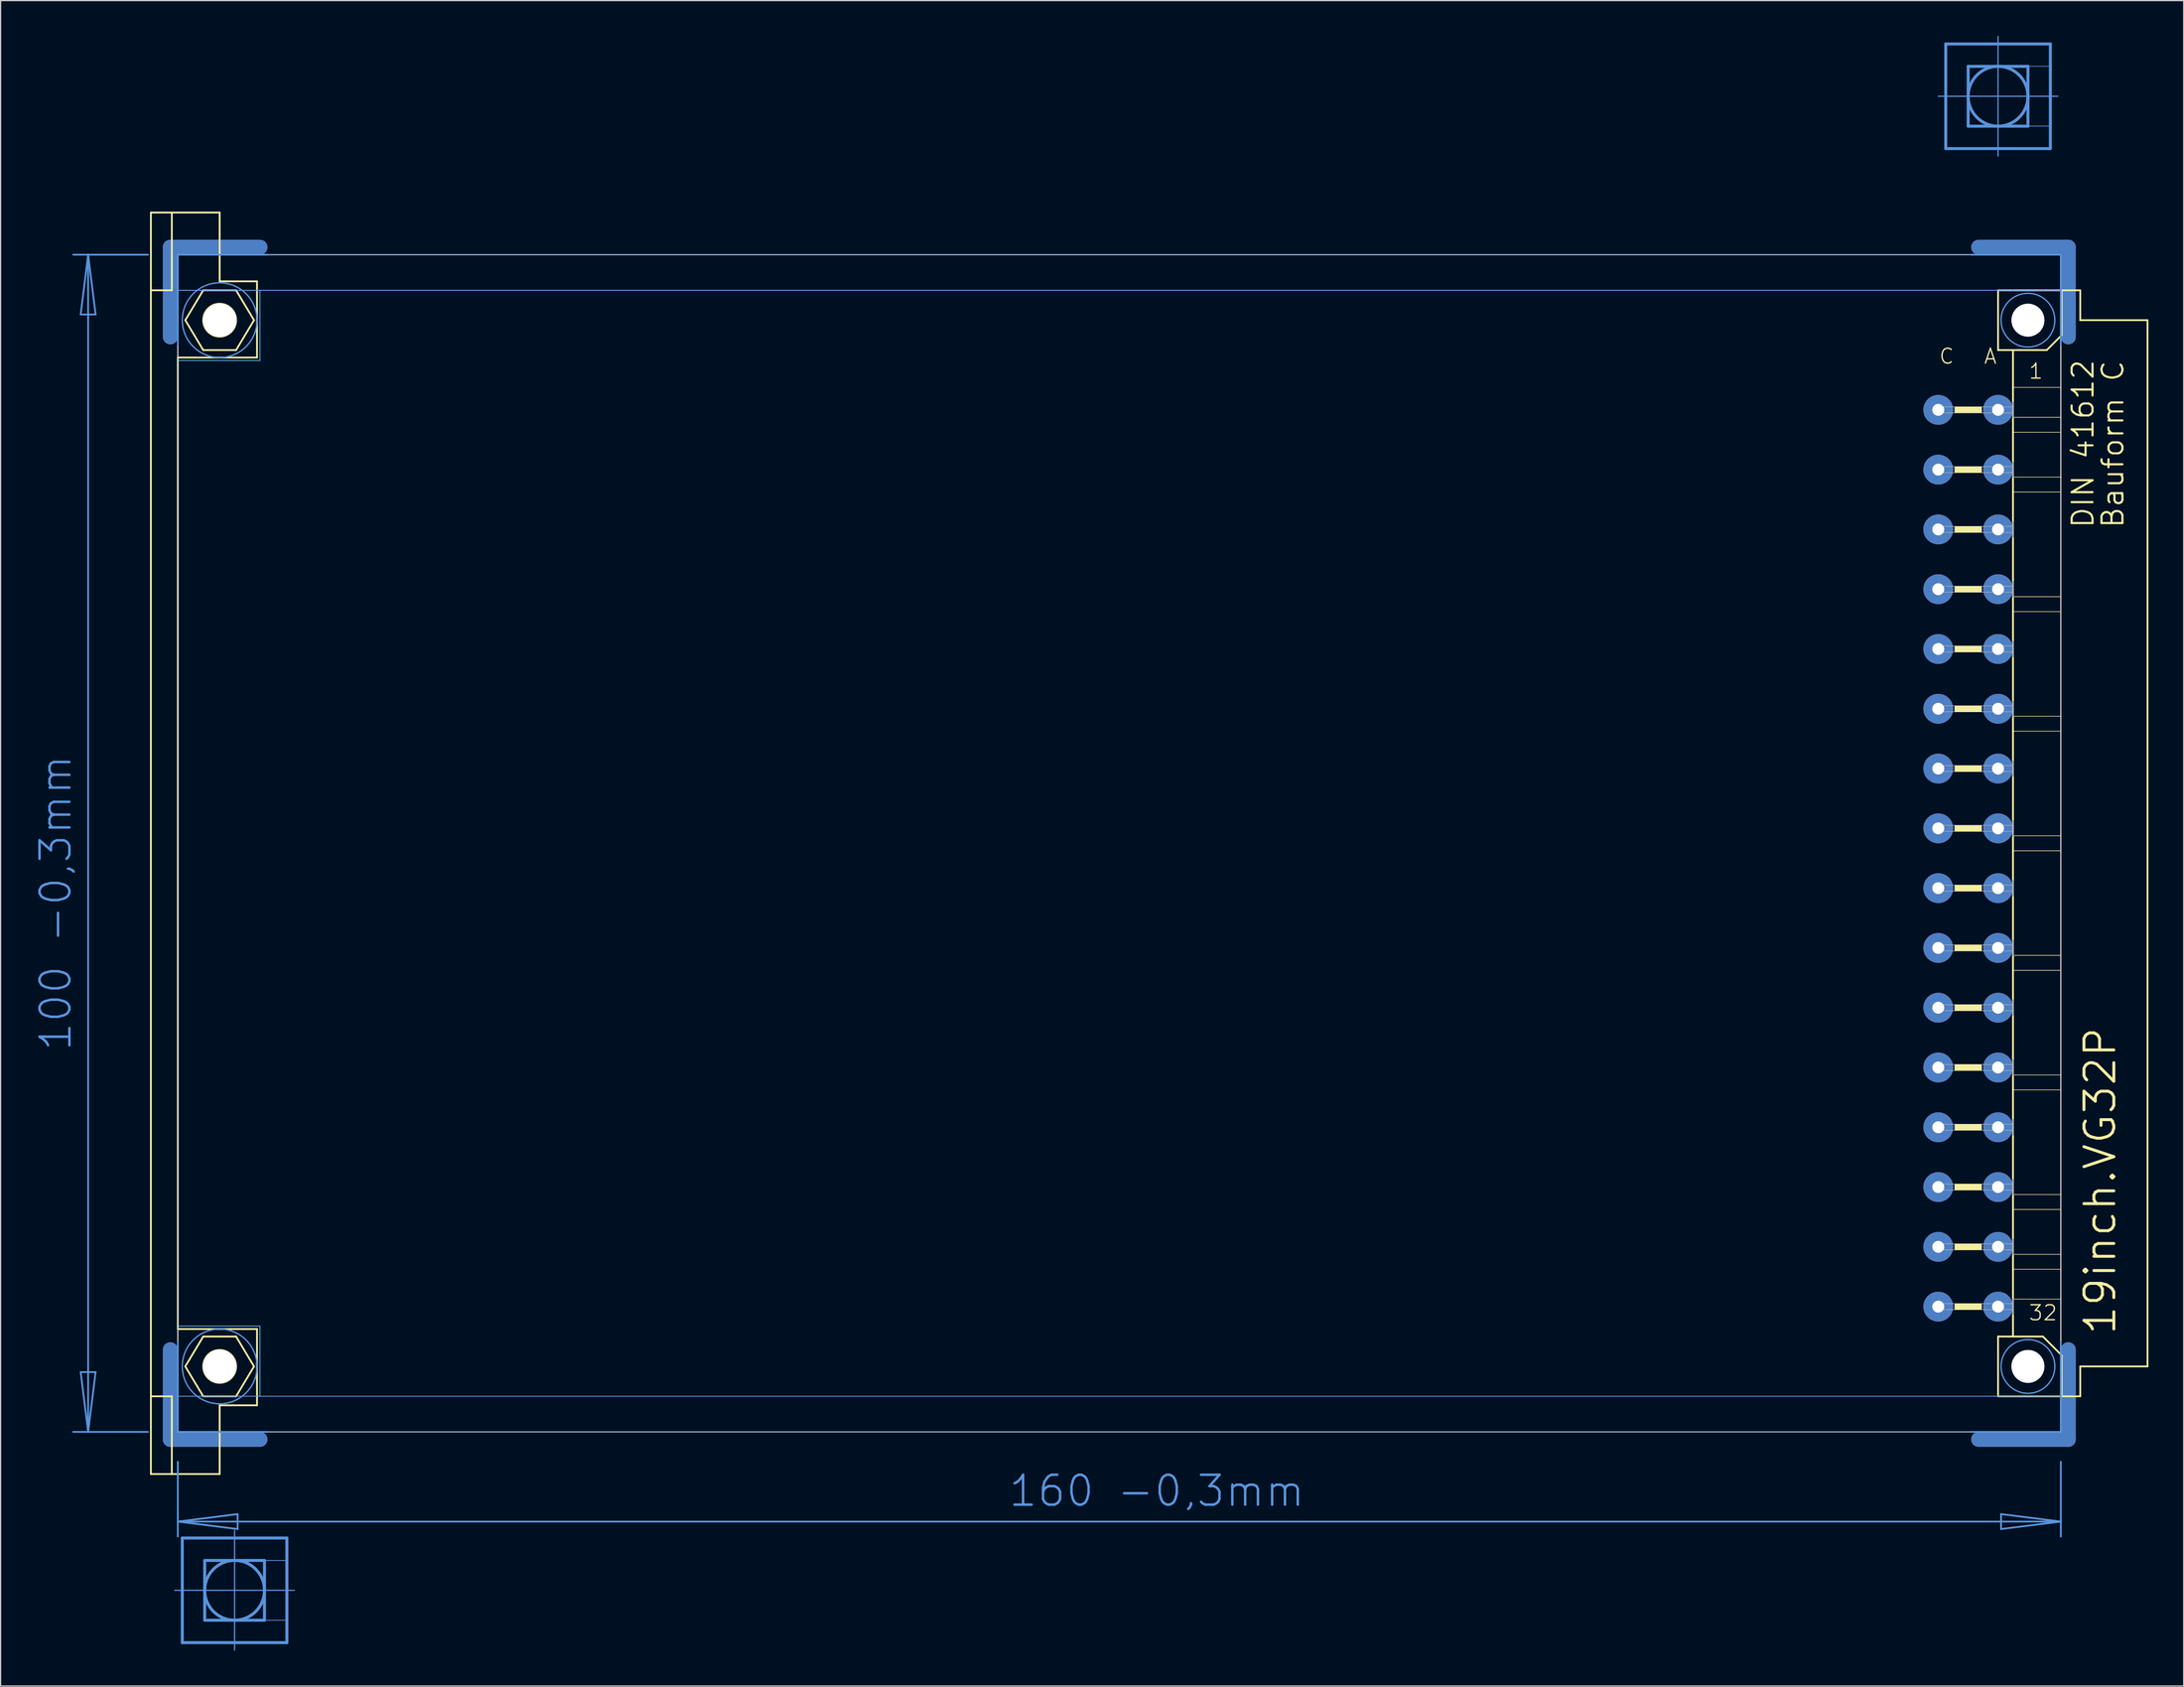
<source format=kicad_pcb>
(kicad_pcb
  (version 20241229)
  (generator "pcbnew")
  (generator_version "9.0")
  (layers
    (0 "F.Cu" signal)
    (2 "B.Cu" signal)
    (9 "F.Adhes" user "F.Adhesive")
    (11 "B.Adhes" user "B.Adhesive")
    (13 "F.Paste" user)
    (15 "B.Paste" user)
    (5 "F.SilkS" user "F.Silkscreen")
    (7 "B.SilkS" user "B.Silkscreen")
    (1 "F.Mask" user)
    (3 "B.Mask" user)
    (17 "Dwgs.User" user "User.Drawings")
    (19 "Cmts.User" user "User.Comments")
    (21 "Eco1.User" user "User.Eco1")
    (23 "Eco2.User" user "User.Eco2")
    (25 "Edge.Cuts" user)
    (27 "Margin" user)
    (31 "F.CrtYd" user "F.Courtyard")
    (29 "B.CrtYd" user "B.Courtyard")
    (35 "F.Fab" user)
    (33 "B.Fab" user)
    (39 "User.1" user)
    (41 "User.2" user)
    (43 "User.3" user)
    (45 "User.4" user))
  (footprint "19inch.VG32P"
    (layer "F.Cu")
    (at 11.806 68.605)
    (property "Reference" "19inch.VG32P" (at 165.1 41.91 90) (layer "F.SilkS") (effects (font (size 2.54 2.54) (thickness 0.25)) (justify left bottom)))
    (attr through_hole)
    (fp_line (start -0.381 -43.028) (end -0.381 -50.648) (stroke (width 1.27) (type default)) (layer "F.Cu"))
    (fp_line (start -0.381 43.028) (end -0.381 50.648) (stroke (width 1.27) (type default)) (layer "F.Cu"))
    (fp_line (start 7.239 -50.648) (end -0.381 -50.648) (stroke (width 1.27) (type default)) (layer "F.Cu"))
    (fp_line (start 7.239 50.648) (end -0.381 50.648) (stroke (width 1.27) (type default)) (layer "F.Cu"))
    (fp_line (start 153.289 -50.648) (end 160.909 -50.648) (stroke (width 1.27) (type default)) (layer "F.Cu"))
    (fp_line (start 153.289 50.648) (end 160.909 50.648) (stroke (width 1.27) (type default)) (layer "F.Cu"))
    (fp_line (start 160.909 -43.028) (end 160.909 -50.648) (stroke (width 1.27) (type default)) (layer "F.Cu"))
    (fp_line (start 160.909 43.028) (end 160.909 50.648) (stroke (width 1.27) (type default)) (layer "F.Cu"))
    (fp_line (start 0.254 -42.393) (end 0.254 -50.013) (stroke (width 0.152) (type default)) (layer "F.Mask"))
    (fp_line (start 0.254 42.393) (end 0.254 50.013) (stroke (width 0.152) (type default)) (layer "F.Mask"))
    (fp_line (start 7.874 -50.013) (end 0.254 -50.013) (stroke (width 0.152) (type default)) (layer "F.Mask"))
    (fp_line (start 7.874 50.013) (end 0.254 50.013) (stroke (width 0.152) (type default)) (layer "F.Mask"))
    (fp_line (start 152.654 -50.013) (end 160.274 -50.013) (stroke (width 0.152) (type default)) (layer "F.Mask"))
    (fp_line (start 152.654 50.013) (end 160.274 50.013) (stroke (width 0.152) (type default)) (layer "F.Mask"))
    (fp_line (start 160.274 -42.393) (end 160.274 -50.013) (stroke (width 0.152) (type default)) (layer "F.Mask"))
    (fp_line (start 160.274 42.393) (end 160.274 50.013) (stroke (width 0.152) (type default)) (layer "F.Mask"))
    (fp_line (start -0.381 -43.028) (end -0.381 -50.648) (stroke (width 1.27) (type default)) (layer "B.Cu"))
    (fp_line (start -0.381 43.028) (end -0.381 50.648) (stroke (width 1.27) (type default)) (layer "B.Cu"))
    (fp_line (start 7.239 -50.648) (end -0.381 -50.648) (stroke (width 1.27) (type default)) (layer "B.Cu"))
    (fp_line (start 7.239 50.648) (end -0.381 50.648) (stroke (width 1.27) (type default)) (layer "B.Cu"))
    (fp_line (start 153.289 -50.648) (end 160.909 -50.648) (stroke (width 1.27) (type default)) (layer "B.Cu"))
    (fp_line (start 153.289 50.648) (end 160.909 50.648) (stroke (width 1.27) (type default)) (layer "B.Cu"))
    (fp_line (start 160.909 -43.028) (end 160.909 -50.648) (stroke (width 1.27) (type default)) (layer "B.Cu"))
    (fp_line (start 160.909 43.028) (end 160.909 50.648) (stroke (width 1.27) (type default)) (layer "B.Cu"))
    (fp_line (start 0.254 -50.013) (end 7.874 -50.013) (stroke (width 0.152) (type default)) (layer "B.Mask"))
    (fp_line (start 0.254 -42.393) (end 0.254 -50.013) (stroke (width 0.152) (type default)) (layer "B.Mask"))
    (fp_line (start 0.254 50.013) (end 0.254 42.393) (stroke (width 0.152) (type default)) (layer "B.Mask"))
    (fp_line (start 7.874 50.013) (end 0.254 50.013) (stroke (width 0.152) (type default)) (layer "B.Mask"))
    (fp_line (start 152.654 -50.013) (end 160.274 -50.013) (stroke (width 0.152) (type default)) (layer "B.Mask"))
    (fp_line (start 160.274 -50.013) (end 160.274 -42.393) (stroke (width 0.152) (type default)) (layer "B.Mask"))
    (fp_line (start 160.274 42.393) (end 160.274 50.013) (stroke (width 0.152) (type default)) (layer "B.Mask"))
    (fp_line (start 160.274 50.013) (end 152.654 50.013) (stroke (width 0.152) (type default)) (layer "B.Mask"))
    (fp_line (start -2.032 -53.594) (end -0.254 -53.594) (stroke (width 0.152) (type default)) (layer "F.SilkS"))
    (fp_line (start -2.032 -46.99) (end -2.032 -53.594) (stroke (width 0.152) (type default)) (layer "F.SilkS"))
    (fp_line (start -2.032 -46.99) (end -0.254 -46.99) (stroke (width 0.152) (type default)) (layer "F.SilkS"))
    (fp_line (start -2.032 46.99) (end -2.032 -46.99) (stroke (width 0.152) (type default)) (layer "F.SilkS"))
    (fp_line (start -2.032 46.99) (end -0.254 46.99) (stroke (width 0.152) (type default)) (layer "F.SilkS"))
    (fp_line (start -2.032 53.594) (end -2.032 46.99) (stroke (width 0.152) (type default)) (layer "F.SilkS"))
    (fp_line (start -2.032 53.594) (end -0.254 53.594) (stroke (width 0.152) (type default)) (layer "F.SilkS"))
    (fp_line (start -0.254 -53.594) (end -0.254 -46.99) (stroke (width 0.152) (type default)) (layer "F.SilkS"))
    (fp_line (start -0.254 -53.594) (end 3.81 -53.594) (stroke (width 0.152) (type default)) (layer "F.SilkS"))
    (fp_line (start -0.254 53.594) (end -0.254 46.99) (stroke (width 0.152) (type default)) (layer "F.SilkS"))
    (fp_line (start -0.254 53.594) (end 3.81 53.594) (stroke (width 0.152) (type default)) (layer "F.SilkS"))
    (fp_line (start 0.254 -41.275) (end 0.254 41.275) (stroke (width 0.152) (type default)) (layer "F.SilkS"))
    (fp_line (start 0.254 -41.275) (end 6.985 -41.275) (stroke (width 0.152) (type default)) (layer "F.SilkS"))
    (fp_line (start 0.254 41.275) (end 6.985 41.275) (stroke (width 0.152) (type default)) (layer "F.SilkS"))
    (fp_line (start 0.889 -44.45) (end 2.413 -46.99) (stroke (width 0.152) (type default)) (layer "F.SilkS"))
    (fp_line (start 0.889 44.45) (end 2.413 46.99) (stroke (width 0.152) (type default)) (layer "F.SilkS"))
    (fp_line (start 2.413 -46.99) (end 5.207 -46.99) (stroke (width 0.152) (type default)) (layer "F.SilkS"))
    (fp_line (start 2.413 -41.91) (end 0.889 -44.45) (stroke (width 0.152) (type default)) (layer "F.SilkS"))
    (fp_line (start 2.413 41.91) (end 0.889 44.45) (stroke (width 0.152) (type default)) (layer "F.SilkS"))
    (fp_line (start 2.413 46.99) (end 5.207 46.99) (stroke (width 0.152) (type default)) (layer "F.SilkS"))
    (fp_line (start 3.81 -53.594) (end 3.81 -47.752) (stroke (width 0.152) (type default)) (layer "F.SilkS"))
    (fp_line (start 3.81 -47.752) (end 6.985 -47.752) (stroke (width 0.152) (type default)) (layer "F.SilkS"))
    (fp_line (start 3.81 47.752) (end 6.985 47.752) (stroke (width 0.152) (type default)) (layer "F.SilkS"))
    (fp_line (start 3.81 53.594) (end 3.81 47.752) (stroke (width 0.152) (type default)) (layer "F.SilkS"))
    (fp_line (start 5.207 -46.99) (end 6.731 -44.45) (stroke (width 0.152) (type default)) (layer "F.SilkS"))
    (fp_line (start 5.207 -41.91) (end 2.413 -41.91) (stroke (width 0.152) (type default)) (layer "F.SilkS"))
    (fp_line (start 5.207 41.91) (end 2.413 41.91) (stroke (width 0.152) (type default)) (layer "F.SilkS"))
    (fp_line (start 5.207 46.99) (end 6.731 44.45) (stroke (width 0.152) (type default)) (layer "F.SilkS"))
    (fp_line (start 6.731 -44.45) (end 5.207 -41.91) (stroke (width 0.152) (type default)) (layer "F.SilkS"))
    (fp_line (start 6.731 44.45) (end 5.207 41.91) (stroke (width 0.152) (type default)) (layer "F.SilkS"))
    (fp_line (start 6.985 -47.752) (end 6.985 -41.275) (stroke (width 0.152) (type default)) (layer "F.SilkS"))
    (fp_line (start 6.985 47.752) (end 6.985 41.275) (stroke (width 0.152) (type default)) (layer "F.SilkS"))
    (fp_line (start 154.94 -46.99) (end 154.94 -41.91) (stroke (width 0.152) (type default)) (layer "F.SilkS"))
    (fp_line (start 154.94 -41.91) (end 156.21 -41.91) (stroke (width 0.152) (type default)) (layer "F.SilkS"))
    (fp_line (start 154.94 41.91) (end 154.94 46.99) (stroke (width 0.152) (type default)) (layer "F.SilkS"))
    (fp_line (start 154.94 41.91) (end 156.21 41.91) (stroke (width 0.152) (type default)) (layer "F.SilkS"))
    (fp_line (start 154.94 46.99) (end 160.35 46.99) (stroke (width 0.152) (type default)) (layer "F.SilkS"))
    (fp_line (start 156.21 -41.91) (end 156.21 -38.735) (stroke (width 0.152) (type default)) (layer "F.SilkS"))
    (fp_line (start 156.21 -41.91) (end 159.08 -41.91) (stroke (width 0.152) (type default)) (layer "F.SilkS"))
    (fp_line (start 156.21 -38.735) (end 156.21 -37.465) (stroke (width 0.152) (type default)) (layer "F.SilkS"))
    (fp_line (start 156.21 -36.195) (end 156.21 -34.925) (stroke (width 0.152) (type default)) (layer "F.SilkS"))
    (fp_line (start 156.21 -32.385) (end 156.21 -34.925) (stroke (width 0.152) (type default)) (layer "F.SilkS"))
    (fp_line (start 156.21 -31.115) (end 156.21 -29.845) (stroke (width 0.152) (type default)) (layer "F.SilkS"))
    (fp_line (start 156.21 -27.305) (end 156.21 -29.845) (stroke (width 0.152) (type default)) (layer "F.SilkS"))
    (fp_line (start 156.21 -22.225) (end 156.21 -26.035) (stroke (width 0.152) (type default)) (layer "F.SilkS"))
    (fp_line (start 156.21 -20.955) (end 156.21 -19.685) (stroke (width 0.152) (type default)) (layer "F.SilkS"))
    (fp_line (start 156.21 -17.145) (end 156.21 -19.685) (stroke (width 0.152) (type default)) (layer "F.SilkS"))
    (fp_line (start 156.21 -12.065) (end 156.21 -15.875) (stroke (width 0.152) (type default)) (layer "F.SilkS"))
    (fp_line (start 156.21 -10.795) (end 156.21 -9.525) (stroke (width 0.152) (type default)) (layer "F.SilkS"))
    (fp_line (start 156.21 -6.985) (end 156.21 -9.525) (stroke (width 0.152) (type default)) (layer "F.SilkS"))
    (fp_line (start 156.21 -1.905) (end 156.21 -5.715) (stroke (width 0.152) (type default)) (layer "F.SilkS"))
    (fp_line (start 156.21 -0.635) (end 156.21 0.635) (stroke (width 0.152) (type default)) (layer "F.SilkS"))
    (fp_line (start 156.21 3.175) (end 156.21 0.635) (stroke (width 0.152) (type default)) (layer "F.SilkS"))
    (fp_line (start 156.21 8.255) (end 156.21 4.445) (stroke (width 0.152) (type default)) (layer "F.SilkS"))
    (fp_line (start 156.21 9.525) (end 156.21 10.795) (stroke (width 0.152) (type default)) (layer "F.SilkS"))
    (fp_line (start 156.21 13.335) (end 156.21 10.795) (stroke (width 0.152) (type default)) (layer "F.SilkS"))
    (fp_line (start 156.21 18.415) (end 156.21 14.605) (stroke (width 0.152) (type default)) (layer "F.SilkS"))
    (fp_line (start 156.21 19.685) (end 156.21 20.955) (stroke (width 0.152) (type default)) (layer "F.SilkS"))
    (fp_line (start 156.21 23.495) (end 156.21 20.955) (stroke (width 0.152) (type default)) (layer "F.SilkS"))
    (fp_line (start 156.21 28.575) (end 156.21 24.765) (stroke (width 0.152) (type default)) (layer "F.SilkS"))
    (fp_line (start 156.21 29.845) (end 156.21 31.115) (stroke (width 0.152) (type default)) (layer "F.SilkS"))
    (fp_line (start 156.21 33.655) (end 156.21 31.115) (stroke (width 0.152) (type default)) (layer "F.SilkS"))
    (fp_line (start 156.21 34.925) (end 156.21 36.195) (stroke (width 0.152) (type default)) (layer "F.SilkS"))
    (fp_line (start 156.21 36.195) (end 156.21 38.735) (stroke (width 0.152) (type default)) (layer "F.SilkS"))
    (fp_line (start 156.21 40.005) (end 156.21 41.91) (stroke (width 0.152) (type default)) (layer "F.SilkS"))
    (fp_line (start 156.21 41.91) (end 158.75 41.91) (stroke (width 0.152) (type default)) (layer "F.SilkS"))
    (fp_line (start 159.08 -41.91) (end 160.35 -43.18) (stroke (width 0.152) (type default)) (layer "F.SilkS"))
    (fp_line (start 160.274 -38.735) (end 156.21 -38.735) (stroke (width 0.051) (type default)) (layer "F.SilkS"))
    (fp_line (start 160.274 -38.735) (end 160.274 -36.195) (stroke (width 0.051) (type default)) (layer "F.SilkS"))
    (fp_line (start 160.274 -36.195) (end 156.21 -36.195) (stroke (width 0.051) (type default)) (layer "F.SilkS"))
    (fp_line (start 160.274 -34.925) (end 156.21 -34.925) (stroke (width 0.051) (type default)) (layer "F.SilkS"))
    (fp_line (start 160.274 -34.925) (end 160.274 -31.115) (stroke (width 0.051) (type default)) (layer "F.SilkS"))
    (fp_line (start 160.274 -31.115) (end 156.21 -31.115) (stroke (width 0.051) (type default)) (layer "F.SilkS"))
    (fp_line (start 160.274 -29.845) (end 156.21 -29.845) (stroke (width 0.051) (type default)) (layer "F.SilkS"))
    (fp_line (start 160.274 -29.845) (end 160.274 -20.955) (stroke (width 0.051) (type default)) (layer "F.SilkS"))
    (fp_line (start 160.274 -20.955) (end 156.21 -20.955) (stroke (width 0.051) (type default)) (layer "F.SilkS"))
    (fp_line (start 160.274 -19.685) (end 156.21 -19.685) (stroke (width 0.051) (type default)) (layer "F.SilkS"))
    (fp_line (start 160.274 -19.685) (end 160.274 -10.795) (stroke (width 0.051) (type default)) (layer "F.SilkS"))
    (fp_line (start 160.274 -10.795) (end 156.21 -10.795) (stroke (width 0.051) (type default)) (layer "F.SilkS"))
    (fp_line (start 160.274 -9.525) (end 156.21 -9.525) (stroke (width 0.051) (type default)) (layer "F.SilkS"))
    (fp_line (start 160.274 -9.525) (end 160.274 -0.635) (stroke (width 0.051) (type default)) (layer "F.SilkS"))
    (fp_line (start 160.274 -0.635) (end 156.21 -0.635) (stroke (width 0.051) (type default)) (layer "F.SilkS"))
    (fp_line (start 160.274 0.635) (end 156.21 0.635) (stroke (width 0.051) (type default)) (layer "F.SilkS"))
    (fp_line (start 160.274 0.635) (end 160.274 9.525) (stroke (width 0.051) (type default)) (layer "F.SilkS"))
    (fp_line (start 160.274 9.525) (end 156.21 9.525) (stroke (width 0.051) (type default)) (layer "F.SilkS"))
    (fp_line (start 160.274 10.795) (end 156.21 10.795) (stroke (width 0.051) (type default)) (layer "F.SilkS"))
    (fp_line (start 160.274 10.795) (end 160.274 19.685) (stroke (width 0.051) (type default)) (layer "F.SilkS"))
    (fp_line (start 160.274 19.685) (end 156.21 19.685) (stroke (width 0.051) (type default)) (layer "F.SilkS"))
    (fp_line (start 160.274 20.955) (end 156.21 20.955) (stroke (width 0.051) (type default)) (layer "F.SilkS"))
    (fp_line (start 160.274 20.955) (end 160.274 29.845) (stroke (width 0.051) (type default)) (layer "F.SilkS"))
    (fp_line (start 160.274 29.845) (end 156.21 29.845) (stroke (width 0.051) (type default)) (layer "F.SilkS"))
    (fp_line (start 160.274 31.115) (end 156.21 31.115) (stroke (width 0.051) (type default)) (layer "F.SilkS"))
    (fp_line (start 160.274 31.115) (end 160.274 34.925) (stroke (width 0.051) (type default)) (layer "F.SilkS"))
    (fp_line (start 160.274 34.925) (end 156.21 34.925) (stroke (width 0.051) (type default)) (layer "F.SilkS"))
    (fp_line (start 160.274 36.195) (end 156.21 36.195) (stroke (width 0.051) (type default)) (layer "F.SilkS"))
    (fp_line (start 160.274 36.195) (end 160.274 38.735) (stroke (width 0.051) (type default)) (layer "F.SilkS"))
    (fp_line (start 160.274 38.735) (end 156.21 38.735) (stroke (width 0.051) (type default)) (layer "F.SilkS"))
    (fp_line (start 160.35 -46.99) (end 154.94 -46.99) (stroke (width 0.152) (type default)) (layer "F.SilkS"))
    (fp_line (start 160.35 -43.18) (end 160.35 -46.99) (stroke (width 0.152) (type default)) (layer "F.SilkS"))
    (fp_line (start 160.35 43.51) (end 158.75 41.91) (stroke (width 0.152) (type default)) (layer "F.SilkS"))
    (fp_line (start 160.35 43.51) (end 160.35 46.99) (stroke (width 0.152) (type default)) (layer "F.SilkS"))
    (fp_line (start 160.35 46.99) (end 161.925 46.99) (stroke (width 0.152) (type default)) (layer "F.SilkS"))
    (fp_line (start 161.925 -46.99) (end 160.35 -46.99) (stroke (width 0.152) (type default)) (layer "F.SilkS"))
    (fp_line (start 161.925 -44.45) (end 161.925 -46.99) (stroke (width 0.152) (type default)) (layer "F.SilkS"))
    (fp_line (start 161.925 44.45) (end 167.64 44.45) (stroke (width 0.152) (type default)) (layer "F.SilkS"))
    (fp_line (start 161.925 46.99) (end 161.925 44.45) (stroke (width 0.152) (type default)) (layer "F.SilkS"))
    (fp_line (start 167.64 -44.45) (end 161.925 -44.45) (stroke (width 0.152) (type default)) (layer "F.SilkS"))
    (fp_line (start 167.64 44.45) (end 167.64 -44.45) (stroke (width 0.152) (type default)) (layer "F.SilkS"))
    (fp_rect (start 151.257 -36.576) (end 153.543 -37.084) (stroke (width 0.05) (type default)) (fill yes) (layer "F.SilkS"))
    (fp_rect (start 151.257 -31.496) (end 153.543 -32.004) (stroke (width 0.05) (type default)) (fill yes) (layer "F.SilkS"))
    (fp_rect (start 151.257 -26.416) (end 153.543 -26.924) (stroke (width 0.05) (type default)) (fill yes) (layer "F.SilkS"))
    (fp_rect (start 151.257 -21.336) (end 153.543 -21.844) (stroke (width 0.05) (type default)) (fill yes) (layer "F.SilkS"))
    (fp_rect (start 151.257 -16.256) (end 153.543 -16.764) (stroke (width 0.05) (type default)) (fill yes) (layer "F.SilkS"))
    (fp_rect (start 151.257 -11.176) (end 153.543 -11.684) (stroke (width 0.05) (type default)) (fill yes) (layer "F.SilkS"))
    (fp_rect (start 151.257 -6.096) (end 153.543 -6.604) (stroke (width 0.05) (type default)) (fill yes) (layer "F.SilkS"))
    (fp_rect (start 151.257 -1.016) (end 153.543 -1.524) (stroke (width 0.05) (type default)) (fill yes) (layer "F.SilkS"))
    (fp_rect (start 151.257 4.064) (end 153.543 3.556) (stroke (width 0.05) (type default)) (fill yes) (layer "F.SilkS"))
    (fp_rect (start 151.257 9.144) (end 153.543 8.636) (stroke (width 0.05) (type default)) (fill yes) (layer "F.SilkS"))
    (fp_rect (start 151.257 14.224) (end 153.543 13.716) (stroke (width 0.05) (type default)) (fill yes) (layer "F.SilkS"))
    (fp_rect (start 151.257 19.304) (end 153.543 18.796) (stroke (width 0.05) (type default)) (fill yes) (layer "F.SilkS"))
    (fp_rect (start 151.257 24.384) (end 153.543 23.876) (stroke (width 0.05) (type default)) (fill yes) (layer "F.SilkS"))
    (fp_rect (start 151.257 29.464) (end 153.543 28.956) (stroke (width 0.05) (type default)) (fill yes) (layer "F.SilkS"))
    (fp_rect (start 151.257 34.544) (end 153.543 34.036) (stroke (width 0.05) (type default)) (fill yes) (layer "F.SilkS"))
    (fp_rect (start 151.257 39.624) (end 153.543 39.116) (stroke (width 0.05) (type default)) (fill yes) (layer "F.SilkS"))
    (fp_circle (center 3.81 -44.45) (end 5.207 -44.45) (stroke (width 0.152) (type default)) (fill no) (layer "F.SilkS"))
    (fp_circle (center 3.81 44.45) (end 5.207 44.45) (stroke (width 0.152) (type default)) (fill no) (layer "F.SilkS"))
    (fp_circle (center 157.48 -44.45) (end 158.75 -44.45) (stroke (width 0.152) (type default)) (fill no) (layer "F.SilkS"))
    (fp_circle (center 157.48 44.45) (end 158.75 44.45) (stroke (width 0.152) (type default)) (fill no) (layer "F.SilkS"))
    (fp_line (start -8.636 -50.013) (end -7.366 -50.013) (stroke (width 0.152) (type default)) (layer "Cmts.User"))
    (fp_line (start -8.636 50.013) (end -7.366 50.013) (stroke (width 0.152) (type default)) (layer "Cmts.User"))
    (fp_line (start -8.001 -44.933) (end -7.366 -50.013) (stroke (width 0.152) (type default)) (layer "Cmts.User"))
    (fp_line (start -8.001 44.933) (end -6.731 44.933) (stroke (width 0.152) (type default)) (layer "Cmts.User"))
    (fp_line (start -7.366 -50.013) (end -6.731 -44.933) (stroke (width 0.152) (type default)) (layer "Cmts.User"))
    (fp_line (start -7.366 -50.013) (end -2.286 -50.013) (stroke (width 0.152) (type default)) (layer "Cmts.User"))
    (fp_line (start -7.366 50.013) (end -8.001 44.933) (stroke (width 0.152) (type default)) (layer "Cmts.User"))
    (fp_line (start -7.366 50.013) (end -7.366 -50.013) (stroke (width 0.152) (type default)) (layer "Cmts.User"))
    (fp_line (start -7.366 50.013) (end -2.286 50.013) (stroke (width 0.152) (type default)) (layer "Cmts.User"))
    (fp_line (start -6.731 -44.933) (end -8.001 -44.933) (stroke (width 0.152) (type default)) (layer "Cmts.User"))
    (fp_line (start -6.731 44.933) (end -7.366 50.013) (stroke (width 0.152) (type default)) (layer "Cmts.User"))
    (fp_line (start 0 63.475) (end 0.635 63.475) (stroke (width 0.102) (type default)) (layer "Cmts.User"))
    (fp_line (start 0.254 -50.013) (end 7.874 -50.013) (stroke (width 0.152) (type default)) (layer "Cmts.User"))
    (fp_line (start 0.254 -42.393) (end 0.254 -50.013) (stroke (width 0.152) (type default)) (layer "Cmts.User"))
    (fp_line (start 0.254 50.013) (end 0.254 42.393) (stroke (width 0.152) (type default)) (layer "Cmts.User"))
    (fp_line (start 0.254 57.633) (end 0.254 52.553) (stroke (width 0.152) (type default)) (layer "Cmts.User"))
    (fp_line (start 0.254 57.633) (end 5.334 56.998) (stroke (width 0.152) (type default)) (layer "Cmts.User"))
    (fp_line (start 0.254 57.633) (end 160.274 57.633) (stroke (width 0.152) (type default)) (layer "Cmts.User"))
    (fp_line (start 0.254 58.903) (end 0.254 57.633) (stroke (width 0.152) (type default)) (layer "Cmts.User"))
    (fp_line (start 0.635 59.03) (end 9.525 59.03) (stroke (width 0.254) (type default)) (layer "Cmts.User"))
    (fp_line (start 0.635 63.475) (end 0.635 59.03) (stroke (width 0.254) (type default)) (layer "Cmts.User"))
    (fp_line (start 0.635 63.475) (end 10.16 63.475) (stroke (width 0.102) (type default)) (layer "Cmts.User"))
    (fp_line (start 0.635 67.92) (end 0.635 63.475) (stroke (width 0.254) (type default)) (layer "Cmts.User"))
    (fp_line (start 2.54 60.935) (end 2.54 66.015) (stroke (width 0.254) (type default)) (layer "Cmts.User"))
    (fp_line (start 2.54 66.015) (end 7.62 66.015) (stroke (width 0.254) (type default)) (layer "Cmts.User"))
    (fp_line (start 5.08 68.555) (end 5.08 58.395) (stroke (width 0.102) (type default)) (layer "Cmts.User"))
    (fp_line (start 5.334 56.998) (end 5.334 58.268) (stroke (width 0.152) (type default)) (layer "Cmts.User"))
    (fp_line (start 5.334 58.268) (end 0.254 57.633) (stroke (width 0.152) (type default)) (layer "Cmts.User"))
    (fp_line (start 7.62 60.935) (end 2.54 60.935) (stroke (width 0.254) (type default)) (layer "Cmts.User"))
    (fp_line (start 7.62 66.015) (end 7.62 60.935) (stroke (width 0.254) (type default)) (layer "Cmts.User"))
    (fp_line (start 7.874 50.013) (end 0.254 50.013) (stroke (width 0.152) (type default)) (layer "Cmts.User"))
    (fp_line (start 9.525 59.03) (end 9.525 67.92) (stroke (width 0.254) (type default)) (layer "Cmts.User"))
    (fp_line (start 9.525 67.92) (end 0.635 67.92) (stroke (width 0.254) (type default)) (layer "Cmts.User"))
    (fp_line (start 149.86 -63.475) (end 150.495 -63.475) (stroke (width 0.102) (type default)) (layer "Cmts.User"))
    (fp_line (start 150.495 -67.92) (end 159.385 -67.92) (stroke (width 0.254) (type default)) (layer "Cmts.User"))
    (fp_line (start 150.495 -63.475) (end 150.495 -67.92) (stroke (width 0.254) (type default)) (layer "Cmts.User"))
    (fp_line (start 150.495 -63.475) (end 160.02 -63.475) (stroke (width 0.102) (type default)) (layer "Cmts.User"))
    (fp_line (start 150.495 -59.03) (end 150.495 -63.475) (stroke (width 0.254) (type default)) (layer "Cmts.User"))
    (fp_line (start 152.4 -66.015) (end 152.4 -60.935) (stroke (width 0.254) (type default)) (layer "Cmts.User"))
    (fp_line (start 152.4 -60.935) (end 157.48 -60.935) (stroke (width 0.254) (type default)) (layer "Cmts.User"))
    (fp_line (start 152.654 -50.013) (end 160.274 -50.013) (stroke (width 0.152) (type default)) (layer "Cmts.User"))
    (fp_line (start 154.94 -58.395) (end 154.94 -68.555) (stroke (width 0.102) (type default)) (layer "Cmts.User"))
    (fp_line (start 155.194 56.998) (end 160.274 57.633) (stroke (width 0.152) (type default)) (layer "Cmts.User"))
    (fp_line (start 155.194 58.268) (end 155.194 56.998) (stroke (width 0.152) (type default)) (layer "Cmts.User"))
    (fp_line (start 157.48 -66.015) (end 152.4 -66.015) (stroke (width 0.254) (type default)) (layer "Cmts.User"))
    (fp_line (start 157.48 -60.935) (end 157.48 -66.015) (stroke (width 0.254) (type default)) (layer "Cmts.User"))
    (fp_line (start 159.385 -67.92) (end 159.385 -59.03) (stroke (width 0.254) (type default)) (layer "Cmts.User"))
    (fp_line (start 159.385 -59.03) (end 150.495 -59.03) (stroke (width 0.254) (type default)) (layer "Cmts.User"))
    (fp_line (start 160.274 -50.013) (end 160.274 -42.393) (stroke (width 0.152) (type default)) (layer "Cmts.User"))
    (fp_line (start 160.274 42.393) (end 160.274 50.013) (stroke (width 0.152) (type default)) (layer "Cmts.User"))
    (fp_line (start 160.274 50.013) (end 152.654 50.013) (stroke (width 0.152) (type default)) (layer "Cmts.User"))
    (fp_line (start 160.274 57.633) (end 155.194 58.268) (stroke (width 0.152) (type default)) (layer "Cmts.User"))
    (fp_line (start 160.274 57.633) (end 160.274 52.553) (stroke (width 0.152) (type default)) (layer "Cmts.User"))
    (fp_line (start 160.274 58.903) (end 160.274 57.633) (stroke (width 0.152) (type default)) (layer "Cmts.User"))
    (fp_rect (start 0.254 -46.99) (end 160.274 -50.013) (stroke (width 0.05) (type default)) (fill no) (layer "Cmts.User"))
    (fp_rect (start 0.254 50.013) (end 160.274 46.99) (stroke (width 0.05) (type default)) (fill no) (layer "Cmts.User"))
    (fp_rect (start 5.08 60.935) (end 9.525 59.03) (stroke (width 0.05) (type default)) (fill no) (layer "Cmts.User"))
    (fp_rect (start 5.08 67.92) (end 9.525 66.015) (stroke (width 0.05) (type default)) (fill no) (layer "Cmts.User"))
    (fp_rect (start 7.62 66.015) (end 9.525 60.935) (stroke (width 0.05) (type default)) (fill no) (layer "Cmts.User"))
    (fp_rect (start 154.94 -66.015) (end 159.385 -67.92) (stroke (width 0.05) (type default)) (fill no) (layer "Cmts.User"))
    (fp_rect (start 154.94 -59.03) (end 159.385 -60.935) (stroke (width 0.05) (type default)) (fill no) (layer "Cmts.User"))
    (fp_rect (start 157.48 -60.935) (end 159.385 -66.015) (stroke (width 0.05) (type default)) (fill no) (layer "Cmts.User"))
    (fp_circle (center 3.81 -44.45) (end 6.985 -44.45) (stroke (width 0.1) (type default)) (fill no) (layer "Cmts.User"))
    (fp_circle (center 3.81 -44.45) (end 6.985 -44.45) (stroke (width 0.1) (type default)) (fill no) (layer "Cmts.User"))
    (fp_circle (center 3.81 44.45) (end 6.985 44.45) (stroke (width 0.1) (type default)) (fill no) (layer "Cmts.User"))
    (fp_circle (center 3.81 44.45) (end 6.985 44.45) (stroke (width 0.1) (type default)) (fill no) (layer "Cmts.User"))
    (fp_circle (center 5.08 63.475) (end 7.62 63.475) (stroke (width 0.254) (type default)) (fill no) (layer "Cmts.User"))
    (fp_circle (center 154.94 -63.475) (end 157.48 -63.475) (stroke (width 0.254) (type default)) (fill no) (layer "Cmts.User"))
    (fp_circle (center 157.48 -44.45) (end 159.766 -44.45) (stroke (width 0.1) (type default)) (fill no) (layer "Cmts.User"))
    (fp_circle (center 157.48 -44.45) (end 159.766 -44.45) (stroke (width 0.1) (type default)) (fill no) (layer "Cmts.User"))
    (fp_circle (center 157.48 44.45) (end 159.766 44.45) (stroke (width 0.1) (type default)) (fill no) (layer "Cmts.User"))
    (fp_circle (center 157.48 44.45) (end 159.766 44.45) (stroke (width 0.1) (type default)) (fill no) (layer "Cmts.User"))
    (fp_line (start 0.254 -50.013) (end 0.254 50.013) (stroke (width 0.1) (type default)) (layer "Edge.Cuts"))
    (fp_line (start 0.254 50.013) (end 160.274 50.013) (stroke (width 0.1) (type default)) (layer "Edge.Cuts"))
    (fp_line (start 160.274 -50.013) (end 0.254 -50.013) (stroke (width 0.1) (type default)) (layer "Edge.Cuts"))
    (fp_line (start 160.274 50.013) (end 160.274 -50.013) (stroke (width 0.1) (type default)) (layer "Edge.Cuts"))
    (fp_line (start 0.254 -41.021) (end 0.254 -50.013) (stroke (width 0.051) (type default)) (layer "B.CrtYd"))
    (fp_line (start 0.254 -41.021) (end 7.239 -41.021) (stroke (width 0.051) (type default)) (layer "B.CrtYd"))
    (fp_line (start 0.254 41.021) (end 0.254 50.013) (stroke (width 0.051) (type default)) (layer "B.CrtYd"))
    (fp_line (start 0.254 41.021) (end 7.239 41.021) (stroke (width 0.051) (type default)) (layer "B.CrtYd"))
    (fp_line (start 7.239 -46.99) (end 7.239 -41.021) (stroke (width 0.051) (type default)) (layer "B.CrtYd"))
    (fp_line (start 7.239 46.99) (end 7.239 41.021) (stroke (width 0.051) (type default)) (layer "B.CrtYd"))
    (fp_line (start 160.274 -50.013) (end 160.274 -46.99) (stroke (width 0.051) (type default)) (layer "B.CrtYd"))
    (fp_line (start 160.274 50.013) (end 160.274 46.99) (stroke (width 0.051) (type default)) (layer "B.CrtYd"))
    (fp_rect (start 0.254 -46.99) (end 160.274 -50.013) (stroke (width 0.05) (type default)) (fill no) (layer "B.CrtYd"))
    (fp_rect (start 0.254 50.013) (end 160.274 46.99) (stroke (width 0.05) (type default)) (fill no) (layer "B.CrtYd"))
    (fp_line (start 0.254 -41.021) (end 0.254 -50.013) (stroke (width 0.051) (type default)) (layer "F.CrtYd"))
    (fp_line (start 0.254 -41.021) (end 7.239 -41.021) (stroke (width 0.051) (type default)) (layer "F.CrtYd"))
    (fp_line (start 0.254 41.021) (end 0.254 50.013) (stroke (width 0.051) (type default)) (layer "F.CrtYd"))
    (fp_line (start 0.254 41.021) (end 7.239 41.021) (stroke (width 0.051) (type default)) (layer "F.CrtYd"))
    (fp_line (start 7.239 -46.99) (end 7.239 -41.021) (stroke (width 0.051) (type default)) (layer "F.CrtYd"))
    (fp_line (start 7.239 46.99) (end 7.239 41.021) (stroke (width 0.051) (type default)) (layer "F.CrtYd"))
    (fp_line (start 160.274 -50.013) (end 160.274 -46.99) (stroke (width 0.051) (type default)) (layer "F.CrtYd"))
    (fp_line (start 160.274 50.013) (end 160.274 46.99) (stroke (width 0.051) (type default)) (layer "F.CrtYd"))
    (fp_rect (start 0.254 -46.99) (end 160.274 -50.013) (stroke (width 0.05) (type default)) (fill no) (layer "F.CrtYd"))
    (fp_rect (start 0.254 50.013) (end 160.274 46.99) (stroke (width 0.05) (type default)) (fill no) (layer "F.CrtYd"))
    (fp_line (start 156.21 -36.195) (end 156.21 -37.465) (stroke (width 0.152) (type default)) (layer "F.Fab"))
    (fp_line (start 156.21 -31.115) (end 156.21 -32.385) (stroke (width 0.152) (type default)) (layer "F.Fab"))
    (fp_line (start 156.21 -26.035) (end 156.21 -27.305) (stroke (width 0.152) (type default)) (layer "F.Fab"))
    (fp_line (start 156.21 -20.955) (end 156.21 -22.225) (stroke (width 0.152) (type default)) (layer "F.Fab"))
    (fp_line (start 156.21 -15.875) (end 156.21 -17.145) (stroke (width 0.152) (type default)) (layer "F.Fab"))
    (fp_line (start 156.21 -10.795) (end 156.21 -12.065) (stroke (width 0.152) (type default)) (layer "F.Fab"))
    (fp_line (start 156.21 -5.715) (end 156.21 -6.985) (stroke (width 0.152) (type default)) (layer "F.Fab"))
    (fp_line (start 156.21 -0.635) (end 156.21 -1.905) (stroke (width 0.152) (type default)) (layer "F.Fab"))
    (fp_line (start 156.21 4.445) (end 156.21 3.175) (stroke (width 0.152) (type default)) (layer "F.Fab"))
    (fp_line (start 156.21 9.525) (end 156.21 8.255) (stroke (width 0.152) (type default)) (layer "F.Fab"))
    (fp_line (start 156.21 14.605) (end 156.21 13.335) (stroke (width 0.152) (type default)) (layer "F.Fab"))
    (fp_line (start 156.21 19.685) (end 156.21 18.415) (stroke (width 0.152) (type default)) (layer "F.Fab"))
    (fp_line (start 156.21 24.765) (end 156.21 23.495) (stroke (width 0.152) (type default)) (layer "F.Fab"))
    (fp_line (start 156.21 29.845) (end 156.21 28.575) (stroke (width 0.152) (type default)) (layer "F.Fab"))
    (fp_line (start 156.21 34.925) (end 156.21 33.655) (stroke (width 0.152) (type default)) (layer "F.Fab"))
    (fp_line (start 156.21 40.005) (end 156.21 38.735) (stroke (width 0.152) (type default)) (layer "F.Fab"))
    (fp_rect (start 149.606 -36.576) (end 151.257 -37.084) (stroke (width 0.05) (type default)) (fill no) (layer "F.Fab"))
    (fp_rect (start 149.606 -31.496) (end 151.257 -32.004) (stroke (width 0.05) (type default)) (fill no) (layer "F.Fab"))
    (fp_rect (start 149.606 -26.416) (end 151.257 -26.924) (stroke (width 0.05) (type default)) (fill no) (layer "F.Fab"))
    (fp_rect (start 149.606 -21.336) (end 151.257 -21.844) (stroke (width 0.05) (type default)) (fill no) (layer "F.Fab"))
    (fp_rect (start 149.606 -16.256) (end 151.257 -16.764) (stroke (width 0.05) (type default)) (fill no) (layer "F.Fab"))
    (fp_rect (start 149.606 -11.176) (end 151.257 -11.684) (stroke (width 0.05) (type default)) (fill no) (layer "F.Fab"))
    (fp_rect (start 149.606 -6.096) (end 151.257 -6.604) (stroke (width 0.05) (type default)) (fill no) (layer "F.Fab"))
    (fp_rect (start 149.606 -1.016) (end 151.257 -1.524) (stroke (width 0.05) (type default)) (fill no) (layer "F.Fab"))
    (fp_rect (start 149.606 4.064) (end 151.257 3.556) (stroke (width 0.05) (type default)) (fill no) (layer "F.Fab"))
    (fp_rect (start 149.606 9.144) (end 151.257 8.636) (stroke (width 0.05) (type default)) (fill no) (layer "F.Fab"))
    (fp_rect (start 149.606 14.224) (end 151.257 13.716) (stroke (width 0.05) (type default)) (fill no) (layer "F.Fab"))
    (fp_rect (start 149.606 19.304) (end 151.257 18.796) (stroke (width 0.05) (type default)) (fill no) (layer "F.Fab"))
    (fp_rect (start 149.606 24.384) (end 151.257 23.876) (stroke (width 0.05) (type default)) (fill no) (layer "F.Fab"))
    (fp_rect (start 149.606 29.464) (end 151.257 28.956) (stroke (width 0.05) (type default)) (fill no) (layer "F.Fab"))
    (fp_rect (start 149.606 34.544) (end 151.257 34.036) (stroke (width 0.05) (type default)) (fill no) (layer "F.Fab"))
    (fp_rect (start 149.606 39.624) (end 151.257 39.116) (stroke (width 0.05) (type default)) (fill no) (layer "F.Fab"))
    (fp_rect (start 153.543 -36.576) (end 156.21 -37.084) (stroke (width 0.05) (type default)) (fill no) (layer "F.Fab"))
    (fp_rect (start 153.543 -31.496) (end 156.21 -32.004) (stroke (width 0.05) (type default)) (fill no) (layer "F.Fab"))
    (fp_rect (start 153.543 -26.416) (end 156.21 -26.924) (stroke (width 0.05) (type default)) (fill no) (layer "F.Fab"))
    (fp_rect (start 153.543 -21.336) (end 156.21 -21.844) (stroke (width 0.05) (type default)) (fill no) (layer "F.Fab"))
    (fp_rect (start 153.543 -16.256) (end 156.21 -16.764) (stroke (width 0.05) (type default)) (fill no) (layer "F.Fab"))
    (fp_rect (start 153.543 -11.176) (end 156.21 -11.684) (stroke (width 0.05) (type default)) (fill no) (layer "F.Fab"))
    (fp_rect (start 153.543 -6.096) (end 156.21 -6.604) (stroke (width 0.05) (type default)) (fill no) (layer "F.Fab"))
    (fp_rect (start 153.543 -1.016) (end 156.21 -1.524) (stroke (width 0.05) (type default)) (fill no) (layer "F.Fab"))
    (fp_rect (start 153.543 4.064) (end 156.21 3.556) (stroke (width 0.05) (type default)) (fill no) (layer "F.Fab"))
    (fp_rect (start 153.543 9.144) (end 156.21 8.636) (stroke (width 0.05) (type default)) (fill no) (layer "F.Fab"))
    (fp_rect (start 153.543 14.224) (end 156.21 13.716) (stroke (width 0.05) (type default)) (fill no) (layer "F.Fab"))
    (fp_rect (start 153.543 19.304) (end 156.21 18.796) (stroke (width 0.05) (type default)) (fill no) (layer "F.Fab"))
    (fp_rect (start 153.543 24.384) (end 156.21 23.876) (stroke (width 0.05) (type default)) (fill no) (layer "F.Fab"))
    (fp_rect (start 153.543 29.464) (end 156.21 28.956) (stroke (width 0.05) (type default)) (fill no) (layer "F.Fab"))
    (fp_rect (start 153.543 34.544) (end 156.21 34.036) (stroke (width 0.05) (type default)) (fill no) (layer "F.Fab"))
    (fp_rect (start 153.543 39.624) (end 156.21 39.116) (stroke (width 0.05) (type default)) (fill no) (layer "F.Fab"))
    (fp_text user "A" (at 153.67 -40.64 0) (layer "F.SilkS") (effects (font (size 1.27 1.27) (thickness 0.11)) (justify left bottom)))
    (fp_text user "32" (at 157.48 40.64 0) (layer "F.SilkS") (effects (font (size 1.27 1.27) (thickness 0.11)) (justify left bottom)))
    (fp_text user "1" (at 157.48 -39.37 0) (layer "F.SilkS") (effects (font (size 1.27 1.27) (thickness 0.11)) (justify left bottom)))
    (fp_text user "Bauform C" (at 165.735 -26.67 90) (layer "F.SilkS") (effects (font (size 1.778 1.778) (thickness 0.18)) (justify left bottom)))
    (fp_text user "C" (at 149.86 -40.64 0) (layer "F.SilkS") (effects (font (size 1.27 1.27) (thickness 0.11)) (justify left bottom)))
    (fp_text user "DIN 41612" (at 163.195 -26.67 90) (layer "F.SilkS") (effects (font (size 1.778 1.778) (thickness 0.18)) (justify left bottom)))
    (fp_text user "100 -0,3mm" (at -8.636 17.78 90) (layer "Cmts.User") (effects (font (size 2.54 2.54) (thickness 0.21)) (justify left bottom)))
    (fp_text user "160 -0,3mm" (at 70.739 56.515 0) (layer "Cmts.User") (effects (font (size 2.54 2.54) (thickness 0.21)) (justify left bottom)))
    (pad "" np_thru_hole circle (at 3.81 -44.45) (size 2.794 2.794) (drill 2.794) (layers "*.Cu" "*.Mask"))
    (pad "" np_thru_hole circle (at 3.81 -44.45) (size 2.794 2.794) (drill 2.794) (layers "*.Cu" "*.Mask"))
    (pad "" np_thru_hole circle (at 3.81 44.45) (size 2.794 2.794) (drill 2.794) (layers "*.Cu" "*.Mask"))
    (pad "" np_thru_hole circle (at 3.81 44.45) (size 2.794 2.794) (drill 2.794) (layers "*.Cu" "*.Mask"))
    (pad "" np_thru_hole circle (at 157.48 -44.45) (size 2.794 2.794) (drill 2.794) (layers "*.Cu" "*.Mask"))
    (pad "" np_thru_hole circle (at 157.48 -44.45) (size 2.794 2.794) (drill 2.794) (layers "*.Cu" "*.Mask"))
    (pad "" np_thru_hole circle (at 157.48 44.45) (size 2.794 2.794) (drill 2.794) (layers "*.Cu" "*.Mask"))
    (pad "" np_thru_hole circle (at 157.48 44.45) (size 2.794 2.794) (drill 2.794) (layers "*.Cu" "*.Mask"))
    (pad "A2" thru_hole circle (at 154.94 -36.83) (size 2.54 2.54) (drill 1.016) (layers "*.Cu" "*.Mask"))
    (pad "A4" thru_hole circle (at 154.94 -31.75) (size 2.54 2.54) (drill 1.016) (layers "*.Cu" "*.Mask"))
    (pad "A6" thru_hole circle (at 154.94 -26.67) (size 2.54 2.54) (drill 1.016) (layers "*.Cu" "*.Mask"))
    (pad "A8" thru_hole circle (at 154.94 -21.59) (size 2.54 2.54) (drill 1.016) (layers "*.Cu" "*.Mask"))
    (pad "A10" thru_hole circle (at 154.94 -16.51) (size 2.54 2.54) (drill 1.016) (layers "*.Cu" "*.Mask"))
    (pad "A12" thru_hole circle (at 154.94 -11.43) (size 2.54 2.54) (drill 1.016) (layers "*.Cu" "*.Mask"))
    (pad "A14" thru_hole circle (at 154.94 -6.35) (size 2.54 2.54) (drill 1.016) (layers "*.Cu" "*.Mask"))
    (pad "A16" thru_hole circle (at 154.94 -1.27) (size 2.54 2.54) (drill 1.016) (layers "*.Cu" "*.Mask"))
    (pad "A18" thru_hole circle (at 154.94 3.81) (size 2.54 2.54) (drill 1.016) (layers "*.Cu" "*.Mask"))
    (pad "A20" thru_hole circle (at 154.94 8.89) (size 2.54 2.54) (drill 1.016) (layers "*.Cu" "*.Mask"))
    (pad "A22" thru_hole circle (at 154.94 13.97) (size 2.54 2.54) (drill 1.016) (layers "*.Cu" "*.Mask"))
    (pad "A24" thru_hole circle (at 154.94 19.05) (size 2.54 2.54) (drill 1.016) (layers "*.Cu" "*.Mask"))
    (pad "A26" thru_hole circle (at 154.94 24.13) (size 2.54 2.54) (drill 1.016) (layers "*.Cu" "*.Mask"))
    (pad "A28" thru_hole circle (at 154.94 29.21) (size 2.54 2.54) (drill 1.016) (layers "*.Cu" "*.Mask"))
    (pad "A30" thru_hole circle (at 154.94 34.29) (size 2.54 2.54) (drill 1.016) (layers "*.Cu" "*.Mask"))
    (pad "A32" thru_hole circle (at 154.94 39.37) (size 2.54 2.54) (drill 1.016) (layers "*.Cu" "*.Mask"))
    (pad "C2" thru_hole circle (at 149.86 -36.83) (size 2.54 2.54) (drill 1.016) (layers "*.Cu" "*.Mask"))
    (pad "C4" thru_hole circle (at 149.86 -31.75) (size 2.54 2.54) (drill 1.016) (layers "*.Cu" "*.Mask"))
    (pad "C6" thru_hole circle (at 149.86 -26.67) (size 2.54 2.54) (drill 1.016) (layers "*.Cu" "*.Mask"))
    (pad "C8" thru_hole circle (at 149.86 -21.59) (size 2.54 2.54) (drill 1.016) (layers "*.Cu" "*.Mask"))
    (pad "C10" thru_hole circle (at 149.86 -16.51) (size 2.54 2.54) (drill 1.016) (layers "*.Cu" "*.Mask"))
    (pad "C12" thru_hole circle (at 149.86 -11.43) (size 2.54 2.54) (drill 1.016) (layers "*.Cu" "*.Mask"))
    (pad "C14" thru_hole circle (at 149.86 -6.35) (size 2.54 2.54) (drill 1.016) (layers "*.Cu" "*.Mask"))
    (pad "C16" thru_hole circle (at 149.86 -1.27) (size 2.54 2.54) (drill 1.016) (layers "*.Cu" "*.Mask"))
    (pad "C18" thru_hole circle (at 149.86 3.81) (size 2.54 2.54) (drill 1.016) (layers "*.Cu" "*.Mask"))
    (pad "C20" thru_hole circle (at 149.86 8.89) (size 2.54 2.54) (drill 1.016) (layers "*.Cu" "*.Mask"))
    (pad "C22" thru_hole circle (at 149.86 13.97) (size 2.54 2.54) (drill 1.016) (layers "*.Cu" "*.Mask"))
    (pad "C24" thru_hole circle (at 149.86 19.05) (size 2.54 2.54) (drill 1.016) (layers "*.Cu" "*.Mask"))
    (pad "C26" thru_hole circle (at 149.86 24.13) (size 2.54 2.54) (drill 1.016) (layers "*.Cu" "*.Mask"))
    (pad "C28" thru_hole circle (at 149.86 29.21) (size 2.54 2.54) (drill 1.016) (layers "*.Cu" "*.Mask"))
    (pad "C30" thru_hole circle (at 149.86 34.29) (size 2.54 2.54) (drill 1.016) (layers "*.Cu" "*.Mask"))
    (pad "C32" thru_hole circle (at 149.86 39.37) (size 2.54 2.54) (drill 1.016) (layers "*.Cu" "*.Mask")))
  (gr_rect
    (start -3 -3)
    (end 182.522 140.211)
    (stroke (width 0.1) (type default))
    (fill no)
    (layer "Edge.Cuts")))
</source>
